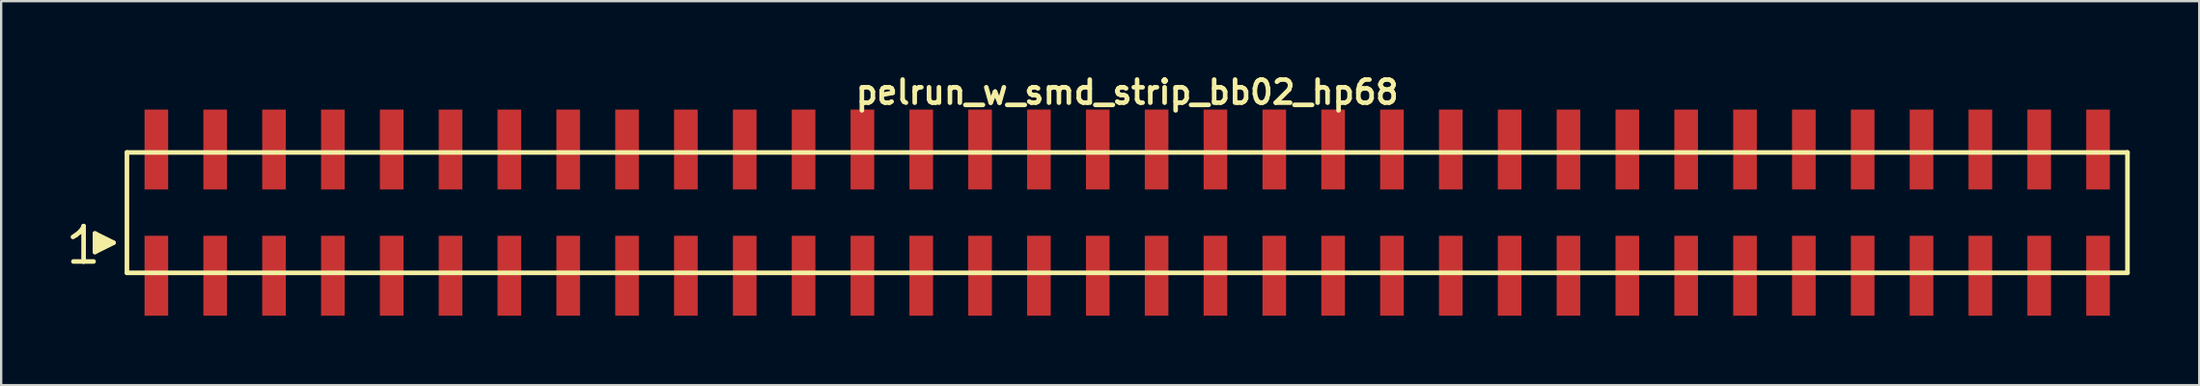
<source format=kicad_pcb>
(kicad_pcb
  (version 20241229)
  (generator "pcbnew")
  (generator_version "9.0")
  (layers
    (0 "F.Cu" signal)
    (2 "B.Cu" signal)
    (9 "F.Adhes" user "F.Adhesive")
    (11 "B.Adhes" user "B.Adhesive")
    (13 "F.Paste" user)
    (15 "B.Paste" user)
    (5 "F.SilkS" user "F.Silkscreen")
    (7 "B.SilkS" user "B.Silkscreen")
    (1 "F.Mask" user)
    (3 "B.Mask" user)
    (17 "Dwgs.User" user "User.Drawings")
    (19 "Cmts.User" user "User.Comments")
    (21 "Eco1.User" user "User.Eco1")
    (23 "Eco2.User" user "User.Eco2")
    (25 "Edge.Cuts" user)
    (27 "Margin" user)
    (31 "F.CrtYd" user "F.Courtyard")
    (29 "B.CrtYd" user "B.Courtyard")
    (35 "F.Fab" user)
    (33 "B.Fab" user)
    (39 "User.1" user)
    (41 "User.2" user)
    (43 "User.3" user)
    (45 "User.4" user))
  (footprint "pelrun_w_smd_strip_bb02_hp68"
    (layer "F.Cu")
    (at 45.609 6.132)
    (property "Reference" "pelrun_w_smd_strip_bb02_hp68" (at 0 -5.2 0) (layer "F.SilkS") (effects (font (size 0.998 0.998) (thickness 0.198))))
    (attr through_hole)
    (fp_line (start -45.51 1.05) (end -45.38 0.97) (stroke (width 0.198) (type solid)) (layer "F.SilkS"))
    (fp_line (start -45.38 0.97) (end -45.22 0.84) (stroke (width 0.198) (type solid)) (layer "F.SilkS"))
    (fp_line (start -45.22 0.84) (end -45.08 0.67) (stroke (width 0.198) (type solid)) (layer "F.SilkS"))
    (fp_line (start -45.08 0.67) (end -45.05 0.58) (stroke (width 0.198) (type solid)) (layer "F.SilkS"))
    (fp_line (start -45.05 0.58) (end -45.05 2.11) (stroke (width 0.198) (type solid)) (layer "F.SilkS"))
    (fp_line (start -45.05 2.11) (end -45.49 2.11) (stroke (width 0.198) (type solid)) (layer "F.SilkS"))
    (fp_line (start -44.62 2.11) (end -45.06 2.11) (stroke (width 0.198) (type solid)) (layer "F.SilkS"))
    (fp_line (start -44.56 0.9) (end -43.76 1.3) (stroke (width 0.198) (type solid)) (layer "F.SilkS"))
    (fp_line (start -44.56 1.7) (end -44.56 0.9) (stroke (width 0.198) (type solid)) (layer "F.SilkS"))
    (fp_line (start -44.46 1.6) (end -44.46 1) (stroke (width 0.198) (type solid)) (layer "F.SilkS"))
    (fp_line (start -44.36 1.1) (end -44.36 1.5) (stroke (width 0.198) (type solid)) (layer "F.SilkS"))
    (fp_line (start -44.26 1.5) (end -44.26 1.1) (stroke (width 0.198) (type solid)) (layer "F.SilkS"))
    (fp_line (start -44.16 1.2) (end -44.16 1.4) (stroke (width 0.198) (type solid)) (layer "F.SilkS"))
    (fp_line (start -44.06 1.4) (end -44.06 1.2) (stroke (width 0.198) (type solid)) (layer "F.SilkS"))
    (fp_line (start -43.76 1.3) (end -44.56 1.7) (stroke (width 0.198) (type solid)) (layer "F.SilkS"))
    (fp_line (start -43.18 -2.6) (end -43.18 2.6) (stroke (width 0.198) (type solid)) (layer "F.SilkS"))
    (fp_line (start -43.18 -2.6) (end 43.18 -2.6) (stroke (width 0.198) (type solid)) (layer "F.SilkS"))
    (fp_line (start 43.18 2.6) (end -43.18 2.6) (stroke (width 0.198) (type solid)) (layer "F.SilkS"))
    (fp_line (start 43.18 2.6) (end 43.18 -2.6) (stroke (width 0.198) (type solid)) (layer "F.SilkS"))
    (pad "1" smd rect (at -41.91 2.725) (size 1.02 3.45) (layers "F.Cu" "F.Mask" "F.Paste"))
    (pad "2" smd rect (at -41.91 -2.725) (size 1.02 3.45) (layers "F.Cu" "F.Mask" "F.Paste"))
    (pad "3" smd rect (at -39.37 2.725) (size 1.02 3.45) (layers "F.Cu" "F.Mask" "F.Paste"))
    (pad "4" smd rect (at -39.37 -2.725) (size 1.02 3.45) (layers "F.Cu" "F.Mask" "F.Paste"))
    (pad "5" smd rect (at -36.83 2.725) (size 1.02 3.45) (layers "F.Cu" "F.Mask" "F.Paste"))
    (pad "6" smd rect (at -36.83 -2.725) (size 1.02 3.45) (layers "F.Cu" "F.Mask" "F.Paste"))
    (pad "7" smd rect (at -34.29 2.725) (size 1.02 3.45) (layers "F.Cu" "F.Mask" "F.Paste"))
    (pad "8" smd rect (at -34.29 -2.725) (size 1.02 3.45) (layers "F.Cu" "F.Mask" "F.Paste"))
    (pad "9" smd rect (at -31.75 2.725) (size 1.02 3.45) (layers "F.Cu" "F.Mask" "F.Paste"))
    (pad "10" smd rect (at -31.75 -2.725) (size 1.02 3.45) (layers "F.Cu" "F.Mask" "F.Paste"))
    (pad "11" smd rect (at -29.21 2.725) (size 1.02 3.45) (layers "F.Cu" "F.Mask" "F.Paste"))
    (pad "12" smd rect (at -29.21 -2.725) (size 1.02 3.45) (layers "F.Cu" "F.Mask" "F.Paste"))
    (pad "13" smd rect (at -26.67 2.725) (size 1.02 3.45) (layers "F.Cu" "F.Mask" "F.Paste"))
    (pad "14" smd rect (at -26.67 -2.725) (size 1.02 3.45) (layers "F.Cu" "F.Mask" "F.Paste"))
    (pad "15" smd rect (at -24.13 2.725) (size 1.02 3.45) (layers "F.Cu" "F.Mask" "F.Paste"))
    (pad "16" smd rect (at -24.13 -2.725) (size 1.02 3.45) (layers "F.Cu" "F.Mask" "F.Paste"))
    (pad "17" smd rect (at -21.59 2.725) (size 1.02 3.45) (layers "F.Cu" "F.Mask" "F.Paste"))
    (pad "18" smd rect (at -21.59 -2.725) (size 1.02 3.45) (layers "F.Cu" "F.Mask" "F.Paste"))
    (pad "19" smd rect (at -19.05 2.725) (size 1.02 3.45) (layers "F.Cu" "F.Mask" "F.Paste"))
    (pad "20" smd rect (at -19.05 -2.725) (size 1.02 3.45) (layers "F.Cu" "F.Mask" "F.Paste"))
    (pad "21" smd rect (at -16.51 2.725) (size 1.02 3.45) (layers "F.Cu" "F.Mask" "F.Paste"))
    (pad "22" smd rect (at -16.51 -2.725) (size 1.02 3.45) (layers "F.Cu" "F.Mask" "F.Paste"))
    (pad "23" smd rect (at -13.97 2.725) (size 1.02 3.45) (layers "F.Cu" "F.Mask" "F.Paste"))
    (pad "24" smd rect (at -13.97 -2.725) (size 1.02 3.45) (layers "F.Cu" "F.Mask" "F.Paste"))
    (pad "25" smd rect (at -11.43 2.725) (size 1.02 3.45) (layers "F.Cu" "F.Mask" "F.Paste"))
    (pad "26" smd rect (at -11.43 -2.725) (size 1.02 3.45) (layers "F.Cu" "F.Mask" "F.Paste"))
    (pad "27" smd rect (at -8.89 2.725) (size 1.02 3.45) (layers "F.Cu" "F.Mask" "F.Paste"))
    (pad "28" smd rect (at -8.89 -2.725) (size 1.02 3.45) (layers "F.Cu" "F.Mask" "F.Paste"))
    (pad "29" smd rect (at -6.35 2.725) (size 1.02 3.45) (layers "F.Cu" "F.Mask" "F.Paste"))
    (pad "30" smd rect (at -6.35 -2.725) (size 1.02 3.45) (layers "F.Cu" "F.Mask" "F.Paste"))
    (pad "31" smd rect (at -3.81 2.725) (size 1.02 3.45) (layers "F.Cu" "F.Mask" "F.Paste"))
    (pad "32" smd rect (at -3.81 -2.725) (size 1.02 3.45) (layers "F.Cu" "F.Mask" "F.Paste"))
    (pad "33" smd rect (at -1.27 2.725) (size 1.02 3.45) (layers "F.Cu" "F.Mask" "F.Paste"))
    (pad "34" smd rect (at -1.27 -2.725) (size 1.02 3.45) (layers "F.Cu" "F.Mask" "F.Paste"))
    (pad "35" smd rect (at 1.27 2.725) (size 1.02 3.45) (layers "F.Cu" "F.Mask" "F.Paste"))
    (pad "36" smd rect (at 1.27 -2.725) (size 1.02 3.45) (layers "F.Cu" "F.Mask" "F.Paste"))
    (pad "37" smd rect (at 3.81 2.725) (size 1.02 3.45) (layers "F.Cu" "F.Mask" "F.Paste"))
    (pad "38" smd rect (at 3.81 -2.725) (size 1.02 3.45) (layers "F.Cu" "F.Mask" "F.Paste"))
    (pad "39" smd rect (at 6.35 2.725) (size 1.02 3.45) (layers "F.Cu" "F.Mask" "F.Paste"))
    (pad "40" smd rect (at 6.35 -2.725) (size 1.02 3.45) (layers "F.Cu" "F.Mask" "F.Paste"))
    (pad "41" smd rect (at 8.89 2.725) (size 1.02 3.45) (layers "F.Cu" "F.Mask" "F.Paste"))
    (pad "42" smd rect (at 8.89 -2.725) (size 1.02 3.45) (layers "F.Cu" "F.Mask" "F.Paste"))
    (pad "43" smd rect (at 11.43 2.725) (size 1.02 3.45) (layers "F.Cu" "F.Mask" "F.Paste"))
    (pad "44" smd rect (at 11.43 -2.725) (size 1.02 3.45) (layers "F.Cu" "F.Mask" "F.Paste"))
    (pad "45" smd rect (at 13.97 2.725) (size 1.02 3.45) (layers "F.Cu" "F.Mask" "F.Paste"))
    (pad "46" smd rect (at 13.97 -2.725) (size 1.02 3.45) (layers "F.Cu" "F.Mask" "F.Paste"))
    (pad "47" smd rect (at 16.51 2.725) (size 1.02 3.45) (layers "F.Cu" "F.Mask" "F.Paste"))
    (pad "48" smd rect (at 16.51 -2.725) (size 1.02 3.45) (layers "F.Cu" "F.Mask" "F.Paste"))
    (pad "49" smd rect (at 19.05 2.725) (size 1.02 3.45) (layers "F.Cu" "F.Mask" "F.Paste"))
    (pad "50" smd rect (at 19.05 -2.725) (size 1.02 3.45) (layers "F.Cu" "F.Mask" "F.Paste"))
    (pad "51" smd rect (at 21.59 2.725) (size 1.02 3.45) (layers "F.Cu" "F.Mask" "F.Paste"))
    (pad "52" smd rect (at 21.59 -2.725) (size 1.02 3.45) (layers "F.Cu" "F.Mask" "F.Paste"))
    (pad "53" smd rect (at 24.13 2.725) (size 1.02 3.45) (layers "F.Cu" "F.Mask" "F.Paste"))
    (pad "54" smd rect (at 24.13 -2.725) (size 1.02 3.45) (layers "F.Cu" "F.Mask" "F.Paste"))
    (pad "55" smd rect (at 26.67 2.725) (size 1.02 3.45) (layers "F.Cu" "F.Mask" "F.Paste"))
    (pad "56" smd rect (at 26.67 -2.725) (size 1.02 3.45) (layers "F.Cu" "F.Mask" "F.Paste"))
    (pad "57" smd rect (at 29.21 2.725) (size 1.02 3.45) (layers "F.Cu" "F.Mask" "F.Paste"))
    (pad "58" smd rect (at 29.21 -2.725) (size 1.02 3.45) (layers "F.Cu" "F.Mask" "F.Paste"))
    (pad "59" smd rect (at 31.75 2.725) (size 1.02 3.45) (layers "F.Cu" "F.Mask" "F.Paste"))
    (pad "60" smd rect (at 31.75 -2.725) (size 1.02 3.45) (layers "F.Cu" "F.Mask" "F.Paste"))
    (pad "61" smd rect (at 34.29 2.725) (size 1.02 3.45) (layers "F.Cu" "F.Mask" "F.Paste"))
    (pad "62" smd rect (at 34.29 -2.725) (size 1.02 3.45) (layers "F.Cu" "F.Mask" "F.Paste"))
    (pad "63" smd rect (at 36.83 2.725) (size 1.02 3.45) (layers "F.Cu" "F.Mask" "F.Paste"))
    (pad "64" smd rect (at 36.83 -2.725) (size 1.02 3.45) (layers "F.Cu" "F.Mask" "F.Paste"))
    (pad "65" smd rect (at 39.37 2.725) (size 1.02 3.45) (layers "F.Cu" "F.Mask" "F.Paste"))
    (pad "66" smd rect (at 39.37 -2.725) (size 1.02 3.45) (layers "F.Cu" "F.Mask" "F.Paste"))
    (pad "67" smd rect (at 41.91 2.725) (size 1.02 3.45) (layers "F.Cu" "F.Mask" "F.Paste"))
    (pad "68" smd rect (at 41.91 -2.725) (size 1.02 3.45) (layers "F.Cu" "F.Mask" "F.Paste")))
  (gr_rect
    (start -3 -3)
    (end 91.888 13.582)
    (stroke (width 0.1) (type default))
    (fill no)
    (layer "Edge.Cuts")))
</source>
